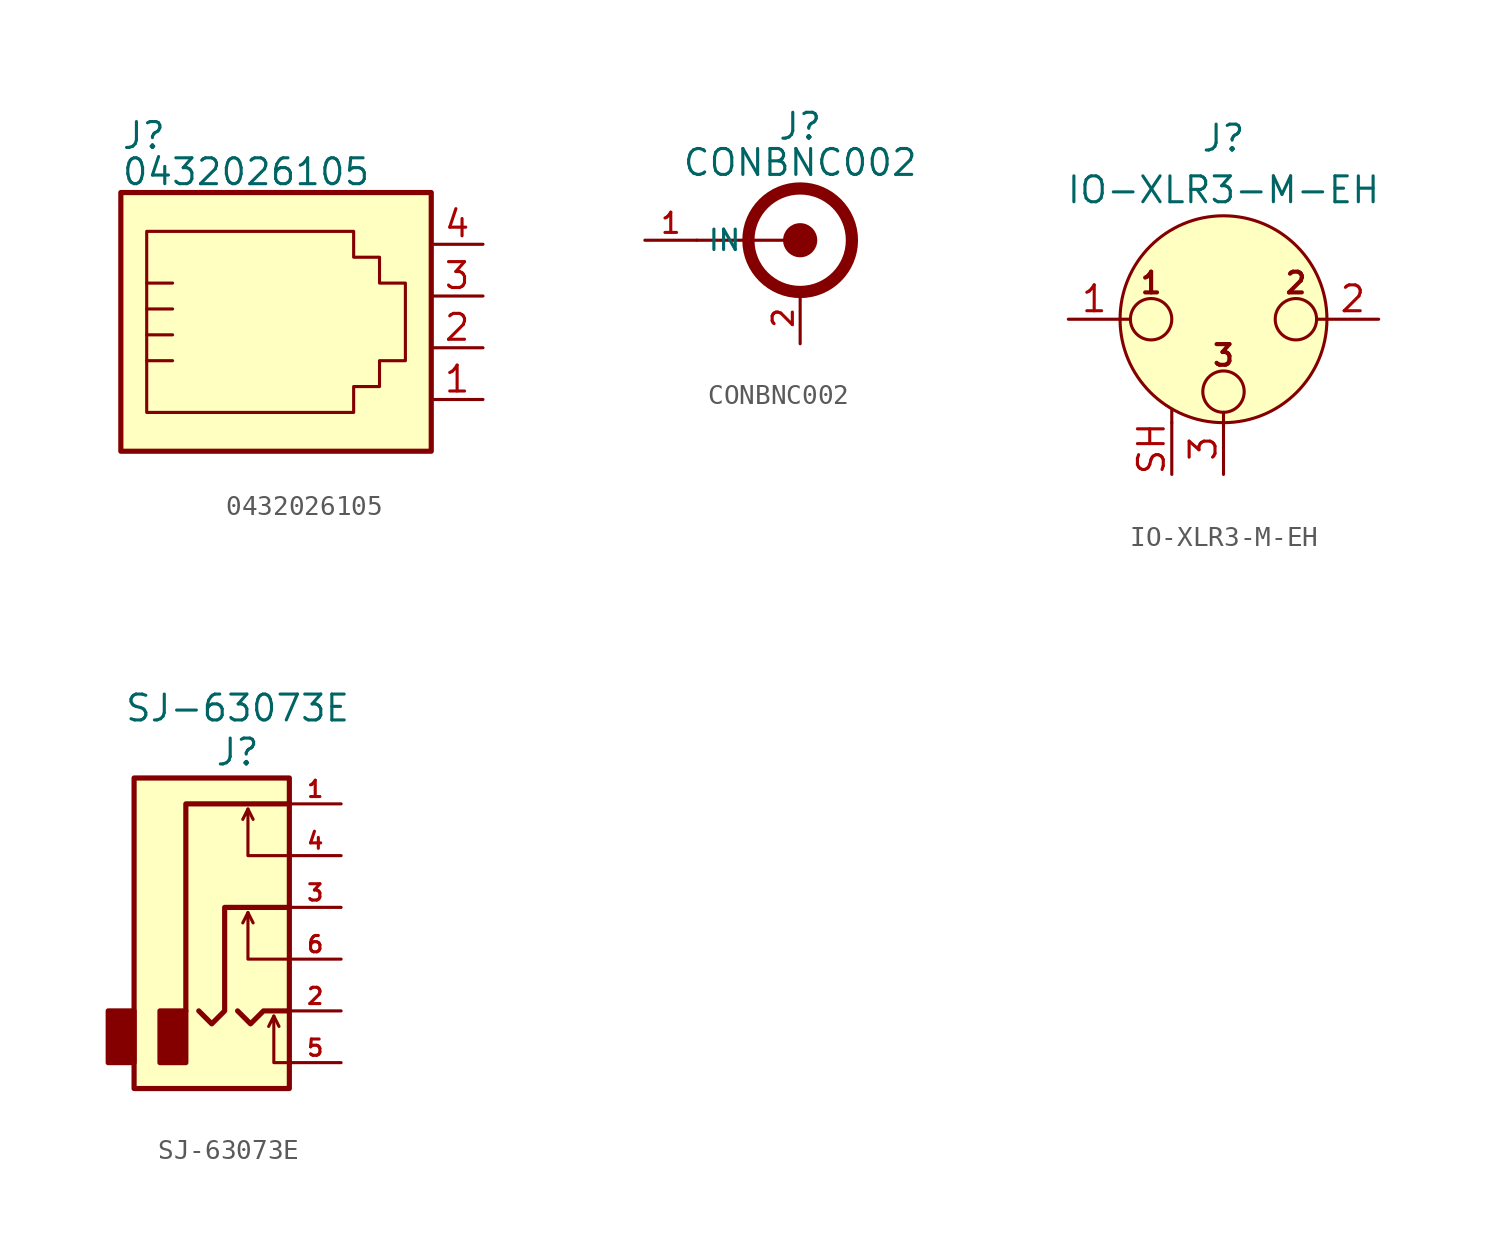
<source format=kicad_sym>
(kicad_symbol_lib
  (version 20231120)
  (generator "kicad_symbol_editor")
  (generator_version "8.0")
  (symbol "0432026105"
    (property "Reference" "J"
      (at -15.24 2.794 0)
      (effects (font (size 1.27 1.27)) (justify left)))
    (property "Value" "0432026105"
      (at -15.24 1.016 0)
      (effects (font (size 1.27 1.27)) (justify left)))
    (symbol "0432026105_0_1"
      (rectangle (start 0 0) (end -15.24 -12.7) (stroke (width 0.254) (type default)) (fill (type background)))
      (polyline (pts (xy -13.97 -8.255) (xy -12.7 -8.255) (xy -12.7 -8.255)) (stroke (width 0) (type default)) (fill (type none)))
      (polyline (pts (xy -13.97 -6.985) (xy -12.7 -6.985) (xy -12.7 -6.985)) (stroke (width 0) (type default)) (fill (type none)))
      (polyline (pts (xy -13.97 -5.715) (xy -12.7 -5.715) (xy -12.7 -5.715)) (stroke (width 0) (type default)) (fill (type none)))
      (polyline (pts (xy -13.97 -4.445) (xy -12.7 -4.445) (xy -12.7 -4.445)) (stroke (width 0) (type default)) (fill (type none)))
      (polyline (pts (xy -13.97 -10.795) (xy -13.97 -1.905) (xy -8.89 -1.905) (xy -3.81 -1.905) (xy -3.81 -3.175) (xy -2.54 -3.175) (xy -2.54 -4.445) (xy -1.27 -4.445) (xy -1.27 -8.255) (xy -2.54 -8.255) (xy -2.54 -9.525) (xy -3.81 -9.525) (xy -3.81 -10.795) (xy -13.97 -10.795) (xy -13.97 -10.795)) (stroke (width 0) (type default)) (fill (type none))))
    (symbol "0432026105_1_1"
      (pin passive line (at 2.54 -10.16 180) (length 2.54) (name "~" (effects (font (size 1.27 1.27)))) (number "1" (effects (font (size 1.27 1.27)))))
      (pin passive line (at 2.54 -7.62 180) (length 2.54) (name "~" (effects (font (size 1.27 1.27)))) (number "2" (effects (font (size 1.27 1.27)))))
      (pin passive line (at 2.54 -5.08 180) (length 2.54) (name "~" (effects (font (size 1.27 1.27)))) (number "3" (effects (font (size 1.27 1.27)))))
      (pin passive line (at 2.54 -2.54 180) (length 2.54) (name "~" (effects (font (size 1.27 1.27)))) (number "4" (effects (font (size 1.27 1.27)))))))
  (symbol "CONBNC002"
    (property "Reference" "J"
      (at 0 5.588 0)
      (effects (font (size 1.27 1.27))))
    (property "Value" "CONBNC002"
      (at 0 3.81 0)
      (effects (font (size 1.27 1.27))))
    (symbol "CONBNC002_1_0"
      (pin passive line (at -7.62 0 0) (length 2.54) (name "IN" (effects (font (size 1 1)))) (number "1" (effects (font (size 0.991 0.991)))))
      (pin passive line (at 0 -5.08 90) (length 2.54) (name "GND" (effects (font (size 0 0)))) (number "2" (effects (font (size 0.991 0.991))))))
    (symbol "CONBNC002_1_1"
      (polyline (pts (xy -5.08 0) (xy 0 0)) (stroke (width 0) (type default)) (fill (type none)))
      (circle (center 0 0) (radius 0.762) (stroke (width 0) (type default)) (fill (type outline)))
      (circle (center 0 0) (radius 2.54) (stroke (width 0.6) (type default)) (fill (type none)))))
  (symbol "IO-XLR3-M-EH"
    (pin_names hide)
    (property "Reference" "J"
      (at 0 8.89 0)
      (effects (font (size 1.27 1.27))))
    (property "Value" "IO-XLR3-M-EH"
      (at 0 6.35 0)
      (effects (font (size 1.27 1.27))))
    (symbol "IO-XLR3-M-EH_0_1"
      (circle (center -3.556 0) (radius 1.016) (stroke (width 0) (type default)) (fill (type none)))
      (circle (center 0 -3.556) (radius 1.016) (stroke (width 0) (type default)) (fill (type none)))
      (polyline (pts (xy -5.08 0) (xy -4.572 0)) (stroke (width 0) (type default)) (fill (type none)))
      (polyline (pts (xy -2.54 -5.08) (xy -2.54 -4.445)) (stroke (width 0) (type default)) (fill (type none)))
      (polyline (pts (xy 0 -5.08) (xy 0 -4.572)) (stroke (width 0) (type default)) (fill (type none)))
      (polyline (pts (xy 5.08 0) (xy 4.572 0)) (stroke (width 0) (type default)) (fill (type none)))
      (circle (center 0 0) (radius 5.08) (stroke (width 0) (type default)) (fill (type background)))
      (circle (center 3.556 0) (radius 1.016) (stroke (width 0) (type default)) (fill (type none)))
      (text "1" (at -3.556 1.778 0) (effects (font (size 1.016 1.016) (bold yes))))
      (text "2" (at 3.556 1.778 0) (effects (font (size 1.016 1.016) (bold yes))))
      (text "3" (at 0 -1.778 0) (effects (font (size 1.016 1.016) (bold yes))))
      (pin passive line (at -7.62 0 0) (length 2.54) (name "~" (effects (font (size 1.27 1.27)))) (number "1" (effects (font (size 1.27 1.27)))))
      (pin passive line (at 7.62 0 180) (length 2.54) (name "~" (effects (font (size 1.27 1.27)))) (number "2" (effects (font (size 1.27 1.27)))))
      (pin passive line (at 0 -7.62 90) (length 2.54) (name "~" (effects (font (size 1.27 1.27)))) (number "3" (effects (font (size 1.27 1.27))))))
    (symbol "IO-XLR3-M-EH_1_1"
      (pin passive line (at -2.54 -7.62 90) (length 2.54) (name "~" (effects (font (size 1.27 1.27)))) (number "SH" (effects (font (size 1.27 1.27)))))))
  (symbol "SJ-63073E"
    (property "Reference" "J"
      (at 0 7.62 0)
      (effects (font (size 1.27 1.27))))
    (property "Value" "SJ-63073E"
      (at 0 9.779 0)
      (effects (font (size 1.27 1.27))))
    (symbol "SJ-63073E_0_1"
      (rectangle (start -6.35 -5.08) (end -5.08 -7.62) (stroke (width 0.254) (type default)) (fill (type outline)))
      (rectangle (start -5.08 6.35) (end 2.54 -8.89) (stroke (width 0.254) (type default)) (fill (type background)))
      (rectangle (start -3.81 -5.08) (end -2.54 -7.62) (stroke (width 0.254) (type default)) (fill (type outline)))
      (polyline (pts (xy 0.508 -0.254) (xy 0.762 -0.762)) (stroke (width 0) (type default)) (fill (type none)))
      (polyline (pts (xy 0.508 4.826) (xy 0.762 4.318)) (stroke (width 0) (type default)) (fill (type none)))
      (polyline (pts (xy 1.778 -5.334) (xy 2.032 -5.842)) (stroke (width 0) (type default)) (fill (type none)))
      (polyline (pts (xy -2.54 -5.08) (xy -2.54 5.08) (xy 2.54 5.08)) (stroke (width 0.254) (type default)) (fill (type none)))
      (polyline (pts (xy 0 -5.08) (xy 0.635 -5.715) (xy 1.27 -5.08) (xy 2.54 -5.08)) (stroke (width 0.254) (type default)) (fill (type none)))
      (polyline (pts (xy 2.54 -7.62) (xy 1.778 -7.62) (xy 1.778 -5.334) (xy 1.524 -5.842)) (stroke (width 0) (type default)) (fill (type none)))
      (polyline (pts (xy 2.54 -2.54) (xy 0.508 -2.54) (xy 0.508 -0.254) (xy 0.254 -0.762)) (stroke (width 0) (type default)) (fill (type none)))
      (polyline (pts (xy 2.54 2.54) (xy 0.508 2.54) (xy 0.508 4.826) (xy 0.254 4.318)) (stroke (width 0) (type default)) (fill (type none)))
      (polyline (pts (xy -1.905 -5.08) (xy -1.27 -5.715) (xy -0.635 -5.08) (xy -0.635 0) (xy 2.54 0)) (stroke (width 0.254) (type default)) (fill (type none))))
    (symbol "SJ-63073E_1_1"
      (pin passive line (at 5.08 5.08 180) (length 2.54) (name "S" (effects (font (size 0 0)))) (number "1" (effects (font (size 0.8 0.8)))))
      (pin passive line (at 5.08 -5.08 180) (length 2.54) (name "T" (effects (font (size 0 0)))) (number "2" (effects (font (size 0.8 0.8)))))
      (pin passive line (at 5.08 0 180) (length 2.54) (name "R" (effects (font (size 0 0)))) (number "3" (effects (font (size 0.8 0.8)))))
      (pin passive line (at 5.08 2.54 180) (length 2.54) (name "SN" (effects (font (size 0 0)))) (number "4" (effects (font (size 0.8 0.8)))))
      (pin passive line (at 5.08 -7.62 180) (length 2.54) (name "TN" (effects (font (size 0 0)))) (number "5" (effects (font (size 0.8 0.8)))))
      (pin passive line (at 5.08 -2.54 180) (length 2.54) (name "RN" (effects (font (size 0 0)))) (number "6" (effects (font (size 0.8 0.8))))))))
</source>
